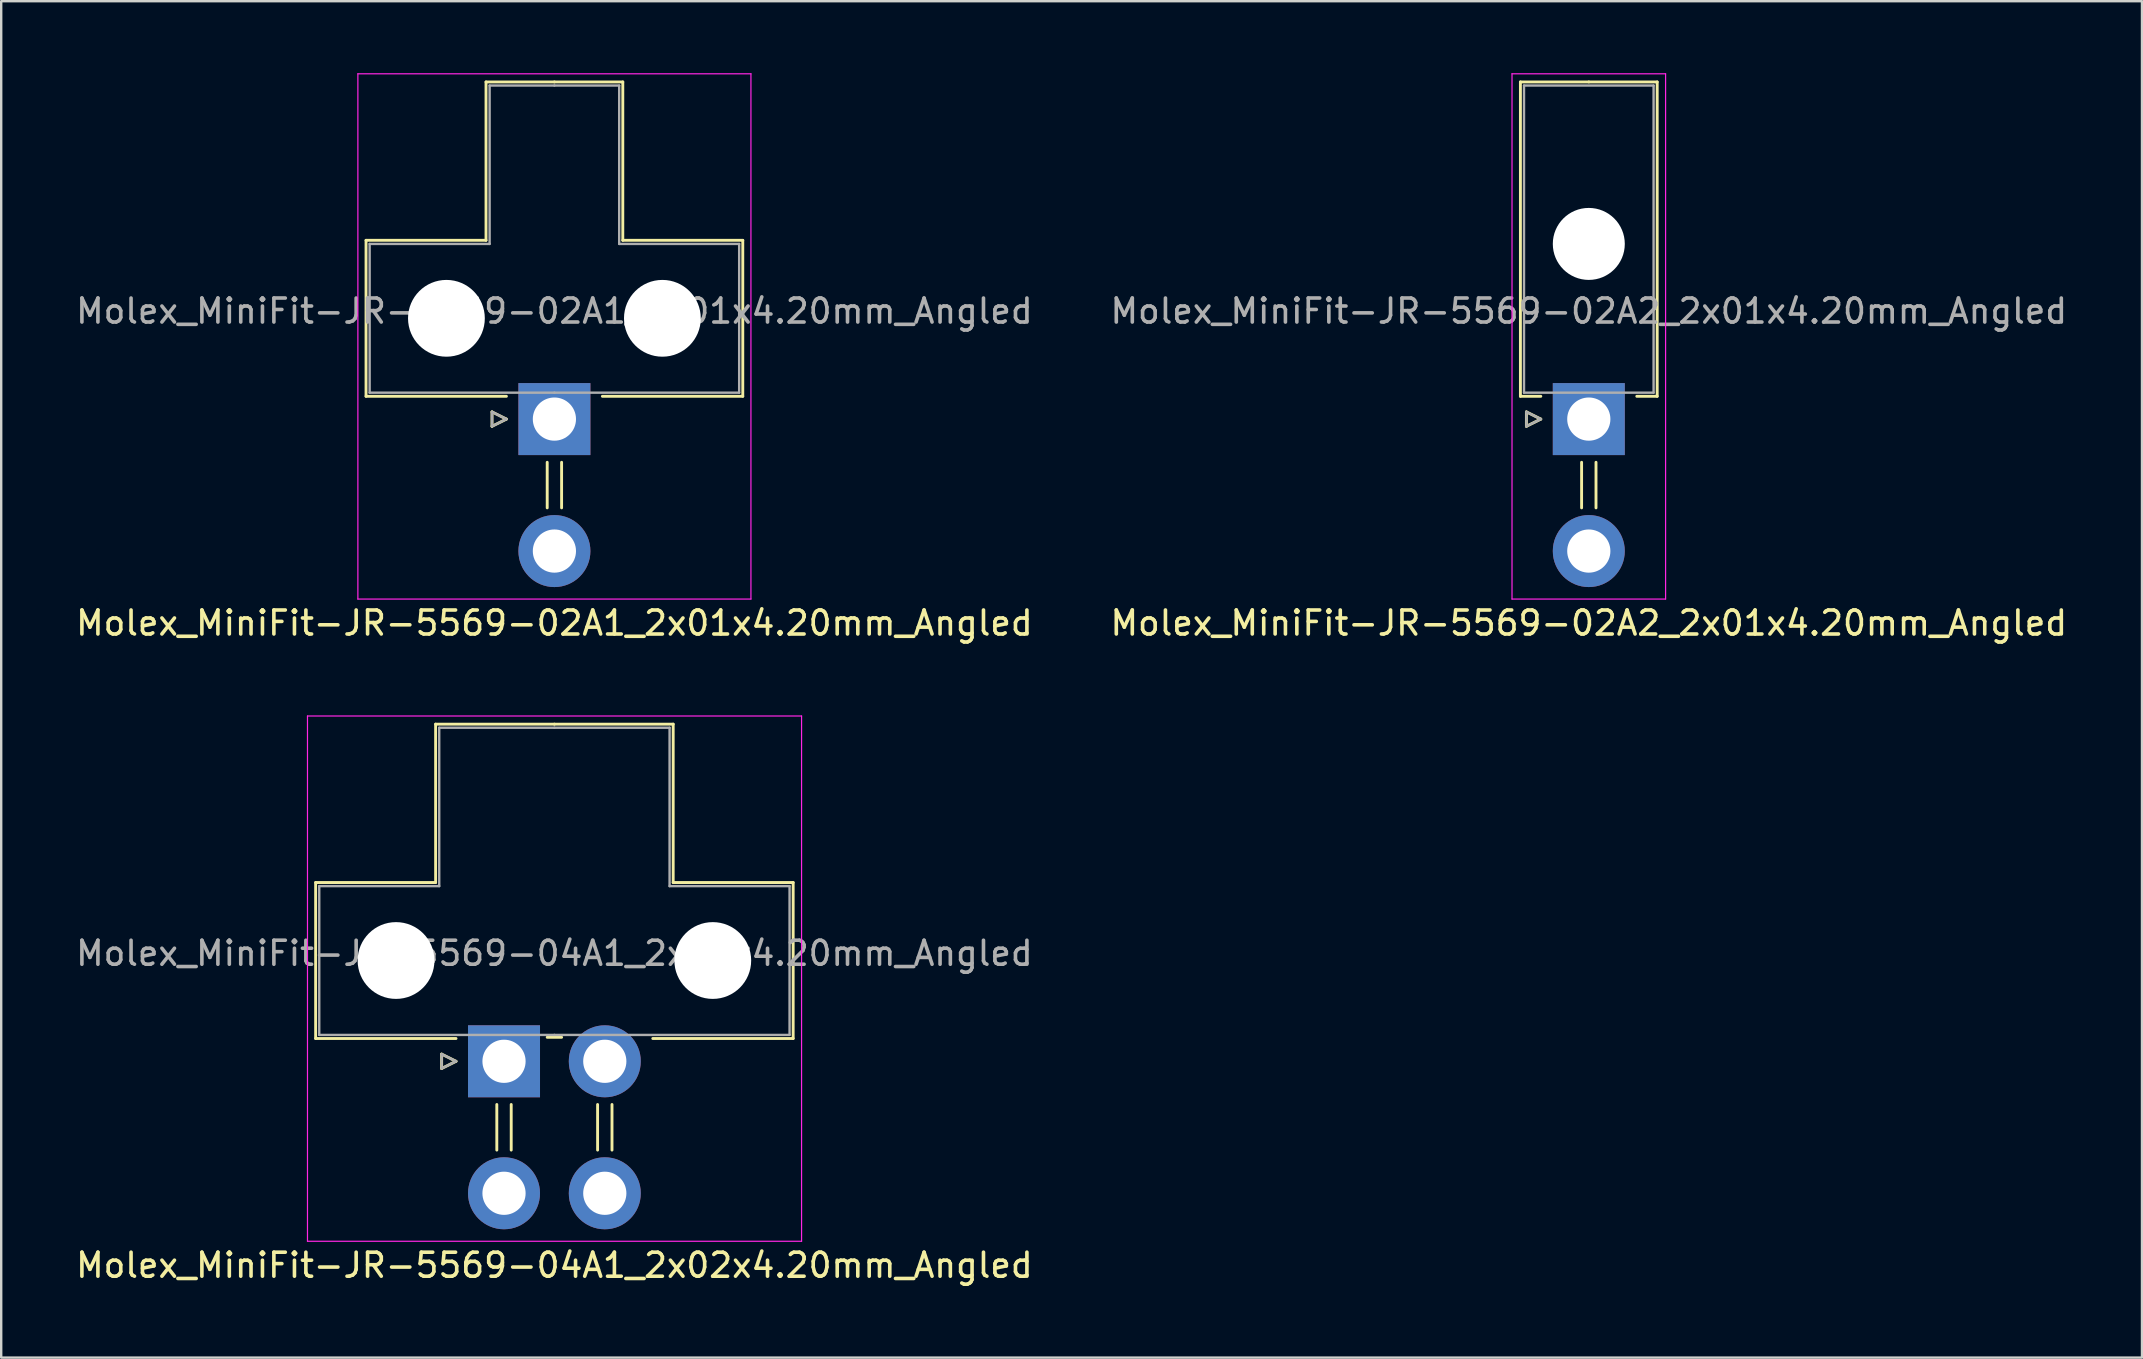
<source format=kicad_pcb>
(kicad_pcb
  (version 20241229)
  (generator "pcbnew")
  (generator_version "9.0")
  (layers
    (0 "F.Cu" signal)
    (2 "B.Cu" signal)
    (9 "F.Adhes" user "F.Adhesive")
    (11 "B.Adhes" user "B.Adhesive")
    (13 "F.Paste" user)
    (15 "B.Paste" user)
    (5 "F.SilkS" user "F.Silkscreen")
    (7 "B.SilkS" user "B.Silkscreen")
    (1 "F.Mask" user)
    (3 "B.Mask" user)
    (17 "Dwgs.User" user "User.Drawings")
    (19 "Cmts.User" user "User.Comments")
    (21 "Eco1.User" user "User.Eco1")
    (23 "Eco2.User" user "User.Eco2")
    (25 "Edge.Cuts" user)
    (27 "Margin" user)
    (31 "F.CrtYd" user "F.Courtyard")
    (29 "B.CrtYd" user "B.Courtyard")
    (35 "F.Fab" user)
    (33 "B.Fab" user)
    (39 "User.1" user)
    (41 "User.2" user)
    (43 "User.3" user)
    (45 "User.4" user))
  (footprint "Molex_MiniFit-JR-5569-02A1_2x01x4.20mm_Angled"
    (layer "F.Cu")
    (at 20.054 14.415)
    (property "Reference" "Molex_MiniFit-JR-5569-02A1_2x01x4.20mm_Angled" (at 0 8.5 0) (layer "F.SilkS") (effects (font (size 1 1) (thickness 0.15))))
    (attr through_hole)
    (fp_line (start -7.85 -7.45) (end -7.85 -0.95) (stroke (width 0.12) (type solid)) (layer "F.SilkS"))
    (fp_line (start -7.85 -0.95) (end -2 -0.95) (stroke (width 0.12) (type solid)) (layer "F.SilkS"))
    (fp_line (start -2.85 -14.05) (end -2.85 -7.45) (stroke (width 0.12) (type solid)) (layer "F.SilkS"))
    (fp_line (start -2.85 -7.45) (end -7.85 -7.45) (stroke (width 0.12) (type solid)) (layer "F.SilkS"))
    (fp_line (start -2.6 -0.3) (end -2 0) (stroke (width 0.12) (type solid)) (layer "F.SilkS"))
    (fp_line (start -2.6 0.3) (end -2.6 -0.3) (stroke (width 0.12) (type solid)) (layer "F.SilkS"))
    (fp_line (start -2 0) (end -2.6 0.3) (stroke (width 0.12) (type solid)) (layer "F.SilkS"))
    (fp_line (start -0.3 1.8) (end -0.3 3.7) (stroke (width 0.12) (type solid)) (layer "F.SilkS"))
    (fp_line (start 0 -14.05) (end -2.85 -14.05) (stroke (width 0.12) (type solid)) (layer "F.SilkS"))
    (fp_line (start 0 -14.05) (end 2.85 -14.05) (stroke (width 0.12) (type solid)) (layer "F.SilkS"))
    (fp_line (start 0.3 1.8) (end 0.3 3.7) (stroke (width 0.12) (type solid)) (layer "F.SilkS"))
    (fp_line (start 2.85 -14.05) (end 2.85 -7.45) (stroke (width 0.12) (type solid)) (layer "F.SilkS"))
    (fp_line (start 2.85 -7.45) (end 7.85 -7.45) (stroke (width 0.12) (type solid)) (layer "F.SilkS"))
    (fp_line (start 7.85 -7.45) (end 7.85 -0.95) (stroke (width 0.12) (type solid)) (layer "F.SilkS"))
    (fp_line (start 7.85 -0.95) (end 2 -0.95) (stroke (width 0.12) (type solid)) (layer "F.SilkS"))
    (fp_line (start -8.19 -14.39) (end -8.19 7.5) (stroke (width 0.05) (type solid)) (layer "F.CrtYd"))
    (fp_line (start -8.19 7.5) (end 8.19 7.5) (stroke (width 0.05) (type solid)) (layer "F.CrtYd"))
    (fp_line (start 8.19 -14.39) (end -8.19 -14.39) (stroke (width 0.05) (type solid)) (layer "F.CrtYd"))
    (fp_line (start 8.19 7.5) (end 8.19 -14.39) (stroke (width 0.05) (type solid)) (layer "F.CrtYd"))
    (fp_line (start -7.7 -7.3) (end -7.7 -1.1) (stroke (width 0.1) (type solid)) (layer "F.Fab"))
    (fp_line (start -7.7 -1.1) (end 0 -1.1) (stroke (width 0.1) (type solid)) (layer "F.Fab"))
    (fp_line (start -2.7 -13.9) (end -2.7 -7.3) (stroke (width 0.1) (type solid)) (layer "F.Fab"))
    (fp_line (start -2.7 -7.3) (end -7.7 -7.3) (stroke (width 0.1) (type solid)) (layer "F.Fab"))
    (fp_line (start -2.6 -0.3) (end -2 0) (stroke (width 0.1) (type solid)) (layer "F.Fab"))
    (fp_line (start -2.6 0.3) (end -2.6 -0.3) (stroke (width 0.1) (type solid)) (layer "F.Fab"))
    (fp_line (start -2 0) (end -2.6 0.3) (stroke (width 0.1) (type solid)) (layer "F.Fab"))
    (fp_line (start 0 -13.9) (end -2.7 -13.9) (stroke (width 0.1) (type solid)) (layer "F.Fab"))
    (fp_line (start 0 -13.9) (end 2.7 -13.9) (stroke (width 0.1) (type solid)) (layer "F.Fab"))
    (fp_line (start 2.7 -13.9) (end 2.7 -7.3) (stroke (width 0.1) (type solid)) (layer "F.Fab"))
    (fp_line (start 2.7 -7.3) (end 7.7 -7.3) (stroke (width 0.1) (type solid)) (layer "F.Fab"))
    (fp_line (start 7.7 -7.3) (end 7.7 -1.1) (stroke (width 0.1) (type solid)) (layer "F.Fab"))
    (fp_line (start 7.7 -1.1) (end 0 -1.1) (stroke (width 0.1) (type solid)) (layer "F.Fab"))
    (fp_text user "${REFERENCE}" (at 0 -4.5 0) (layer "F.Fab") (effects (font (size 1 1) (thickness 0.15))))
    (pad "" np_thru_hole circle (at -4.5 -4.2) (size 3.2 3.2) (drill 3.2) (layers "*.Cu" "*.Mask"))
    (pad "" np_thru_hole circle (at 4.5 -4.2) (size 3.2 3.2) (drill 3.2) (layers "*.Cu" "*.Mask"))
    (pad "1" thru_hole rect (at 0 0) (size 3 3) (drill 1.8) (layers "*.Cu" "*.Mask"))
    (pad "2" thru_hole circle (at 0 5.5) (size 3 3) (drill 1.8) (layers "*.Cu" "*.Mask")))
  (footprint "Molex_MiniFit-JR-5569-04A1_2x02x4.20mm_Angled"
    (layer "F.Cu")
    (at 17.954 41.178)
    (property "Reference" "Molex_MiniFit-JR-5569-04A1_2x02x4.20mm_Angled" (at 2.1 8.5 0) (layer "F.SilkS") (effects (font (size 1 1) (thickness 0.15))))
    (attr through_hole)
    (fp_line (start -7.85 -7.45) (end -7.85 -0.95) (stroke (width 0.12) (type solid)) (layer "F.SilkS"))
    (fp_line (start -7.85 -0.95) (end -2 -0.95) (stroke (width 0.12) (type solid)) (layer "F.SilkS"))
    (fp_line (start -2.85 -14.05) (end -2.85 -7.45) (stroke (width 0.12) (type solid)) (layer "F.SilkS"))
    (fp_line (start -2.85 -7.45) (end -7.85 -7.45) (stroke (width 0.12) (type solid)) (layer "F.SilkS"))
    (fp_line (start -2.6 -0.3) (end -2 0) (stroke (width 0.12) (type solid)) (layer "F.SilkS"))
    (fp_line (start -2.6 0.3) (end -2.6 -0.3) (stroke (width 0.12) (type solid)) (layer "F.SilkS"))
    (fp_line (start -2 0) (end -2.6 0.3) (stroke (width 0.12) (type solid)) (layer "F.SilkS"))
    (fp_line (start -0.3 1.8) (end -0.3 3.7) (stroke (width 0.12) (type solid)) (layer "F.SilkS"))
    (fp_line (start 0.3 1.8) (end 0.3 3.7) (stroke (width 0.12) (type solid)) (layer "F.SilkS"))
    (fp_line (start 1.8 -1) (end 2.4 -1) (stroke (width 0.12) (type solid)) (layer "F.SilkS"))
    (fp_line (start 2.1 -14.05) (end -2.85 -14.05) (stroke (width 0.12) (type solid)) (layer "F.SilkS"))
    (fp_line (start 2.1 -14.05) (end 7.05 -14.05) (stroke (width 0.12) (type solid)) (layer "F.SilkS"))
    (fp_line (start 3.9 1.8) (end 3.9 3.7) (stroke (width 0.12) (type solid)) (layer "F.SilkS"))
    (fp_line (start 4.5 1.8) (end 4.5 3.7) (stroke (width 0.12) (type solid)) (layer "F.SilkS"))
    (fp_line (start 7.05 -14.05) (end 7.05 -7.45) (stroke (width 0.12) (type solid)) (layer "F.SilkS"))
    (fp_line (start 7.05 -7.45) (end 12.05 -7.45) (stroke (width 0.12) (type solid)) (layer "F.SilkS"))
    (fp_line (start 12.05 -7.45) (end 12.05 -0.95) (stroke (width 0.12) (type solid)) (layer "F.SilkS"))
    (fp_line (start 12.05 -0.95) (end 6.2 -0.95) (stroke (width 0.12) (type solid)) (layer "F.SilkS"))
    (fp_line (start -8.19 -14.39) (end -8.19 7.5) (stroke (width 0.05) (type solid)) (layer "F.CrtYd"))
    (fp_line (start -8.19 7.5) (end 12.4 7.5) (stroke (width 0.05) (type solid)) (layer "F.CrtYd"))
    (fp_line (start 12.4 -14.39) (end -8.19 -14.39) (stroke (width 0.05) (type solid)) (layer "F.CrtYd"))
    (fp_line (start 12.4 7.5) (end 12.4 -14.39) (stroke (width 0.05) (type solid)) (layer "F.CrtYd"))
    (fp_line (start -7.7 -7.3) (end -7.7 -1.1) (stroke (width 0.1) (type solid)) (layer "F.Fab"))
    (fp_line (start -7.7 -1.1) (end 2.1 -1.1) (stroke (width 0.1) (type solid)) (layer "F.Fab"))
    (fp_line (start -2.7 -13.9) (end -2.7 -7.3) (stroke (width 0.1) (type solid)) (layer "F.Fab"))
    (fp_line (start -2.7 -7.3) (end -7.7 -7.3) (stroke (width 0.1) (type solid)) (layer "F.Fab"))
    (fp_line (start -2.6 -0.3) (end -2 0) (stroke (width 0.1) (type solid)) (layer "F.Fab"))
    (fp_line (start -2.6 0.3) (end -2.6 -0.3) (stroke (width 0.1) (type solid)) (layer "F.Fab"))
    (fp_line (start -2 0) (end -2.6 0.3) (stroke (width 0.1) (type solid)) (layer "F.Fab"))
    (fp_line (start 2.1 -13.9) (end -2.7 -13.9) (stroke (width 0.1) (type solid)) (layer "F.Fab"))
    (fp_line (start 2.1 -13.9) (end 6.9 -13.9) (stroke (width 0.1) (type solid)) (layer "F.Fab"))
    (fp_line (start 6.9 -13.9) (end 6.9 -7.3) (stroke (width 0.1) (type solid)) (layer "F.Fab"))
    (fp_line (start 6.9 -7.3) (end 11.9 -7.3) (stroke (width 0.1) (type solid)) (layer "F.Fab"))
    (fp_line (start 11.9 -7.3) (end 11.9 -1.1) (stroke (width 0.1) (type solid)) (layer "F.Fab"))
    (fp_line (start 11.9 -1.1) (end 2.1 -1.1) (stroke (width 0.1) (type solid)) (layer "F.Fab"))
    (fp_text user "${REFERENCE}" (at 2.1 -4.5 0) (layer "F.Fab") (effects (font (size 1 1) (thickness 0.15))))
    (pad "" np_thru_hole circle (at -4.5 -4.2) (size 3.2 3.2) (drill 3.2) (layers "*.Cu" "*.Mask"))
    (pad "" np_thru_hole circle (at 8.7 -4.2) (size 3.2 3.2) (drill 3.2) (layers "*.Cu" "*.Mask"))
    (pad "1" thru_hole rect (at 0 0) (size 3 3) (drill 1.8) (layers "*.Cu" "*.Mask"))
    (pad "2" thru_hole circle (at 4.2 0) (size 3 3) (drill 1.8) (layers "*.Cu" "*.Mask"))
    (pad "3" thru_hole circle (at 0 5.5) (size 3 3) (drill 1.8) (layers "*.Cu" "*.Mask"))
    (pad "4" thru_hole circle (at 4.2 5.5) (size 3 3) (drill 1.8) (layers "*.Cu" "*.Mask")))
  (footprint "Molex_MiniFit-JR-5569-02A2_2x01x4.20mm_Angled"
    (layer "F.Cu")
    (at 63.161 14.415)
    (property "Reference" "Molex_MiniFit-JR-5569-02A2_2x01x4.20mm_Angled" (at 0 8.5 0) (layer "F.SilkS") (effects (font (size 1 1) (thickness 0.15))))
    (attr through_hole)
    (fp_line (start -2.85 -14.05) (end 0 -14.05) (stroke (width 0.12) (type solid)) (layer "F.SilkS"))
    (fp_line (start -2.85 -0.95) (end -2.85 -14.05) (stroke (width 0.12) (type solid)) (layer "F.SilkS"))
    (fp_line (start -2.6 -0.3) (end -2 0) (stroke (width 0.12) (type solid)) (layer "F.SilkS"))
    (fp_line (start -2.6 0.3) (end -2.6 -0.3) (stroke (width 0.12) (type solid)) (layer "F.SilkS"))
    (fp_line (start -2 -0.95) (end -2.85 -0.95) (stroke (width 0.12) (type solid)) (layer "F.SilkS"))
    (fp_line (start -2 0) (end -2.6 0.3) (stroke (width 0.12) (type solid)) (layer "F.SilkS"))
    (fp_line (start -0.3 1.8) (end -0.3 3.7) (stroke (width 0.12) (type solid)) (layer "F.SilkS"))
    (fp_line (start 0.3 1.8) (end 0.3 3.7) (stroke (width 0.12) (type solid)) (layer "F.SilkS"))
    (fp_line (start 2 -0.95) (end 2.85 -0.95) (stroke (width 0.12) (type solid)) (layer "F.SilkS"))
    (fp_line (start 2.85 -14.05) (end 0 -14.05) (stroke (width 0.12) (type solid)) (layer "F.SilkS"))
    (fp_line (start 2.85 -0.95) (end 2.85 -14.05) (stroke (width 0.12) (type solid)) (layer "F.SilkS"))
    (fp_line (start -3.2 -14.39) (end -3.2 7.5) (stroke (width 0.05) (type solid)) (layer "F.CrtYd"))
    (fp_line (start -3.2 7.5) (end 3.2 7.5) (stroke (width 0.05) (type solid)) (layer "F.CrtYd"))
    (fp_line (start 3.2 -14.39) (end -3.2 -14.39) (stroke (width 0.05) (type solid)) (layer "F.CrtYd"))
    (fp_line (start 3.2 7.5) (end 3.2 -14.39) (stroke (width 0.05) (type solid)) (layer "F.CrtYd"))
    (fp_line (start -2.7 -13.9) (end -2.7 -1.1) (stroke (width 0.1) (type solid)) (layer "F.Fab"))
    (fp_line (start -2.7 -1.1) (end 2.7 -1.1) (stroke (width 0.1) (type solid)) (layer "F.Fab"))
    (fp_line (start -2.6 -0.3) (end -2 0) (stroke (width 0.1) (type solid)) (layer "F.Fab"))
    (fp_line (start -2.6 0.3) (end -2.6 -0.3) (stroke (width 0.1) (type solid)) (layer "F.Fab"))
    (fp_line (start -2 0) (end -2.6 0.3) (stroke (width 0.1) (type solid)) (layer "F.Fab"))
    (fp_line (start 2.7 -13.9) (end -2.7 -13.9) (stroke (width 0.1) (type solid)) (layer "F.Fab"))
    (fp_line (start 2.7 -1.1) (end 2.7 -13.9) (stroke (width 0.1) (type solid)) (layer "F.Fab"))
    (fp_text user "${REFERENCE}" (at 0 -4.5 0) (layer "F.Fab") (effects (font (size 1 1) (thickness 0.15))))
    (pad "" np_thru_hole circle (at 0 -7.3) (size 3 3) (drill 3) (layers "*.Cu" "*.Mask"))
    (pad "1" thru_hole rect (at 0 0) (size 3 3) (drill 1.8) (layers "*.Cu" "*.Mask"))
    (pad "2" thru_hole circle (at 0 5.5) (size 3 3) (drill 1.8) (layers "*.Cu" "*.Mask")))
  (gr_rect
    (start -3 -3)
    (end 86.214 53.526)
    (stroke (width 0.1) (type default))
    (fill no)
    (layer "Edge.Cuts")))
</source>
